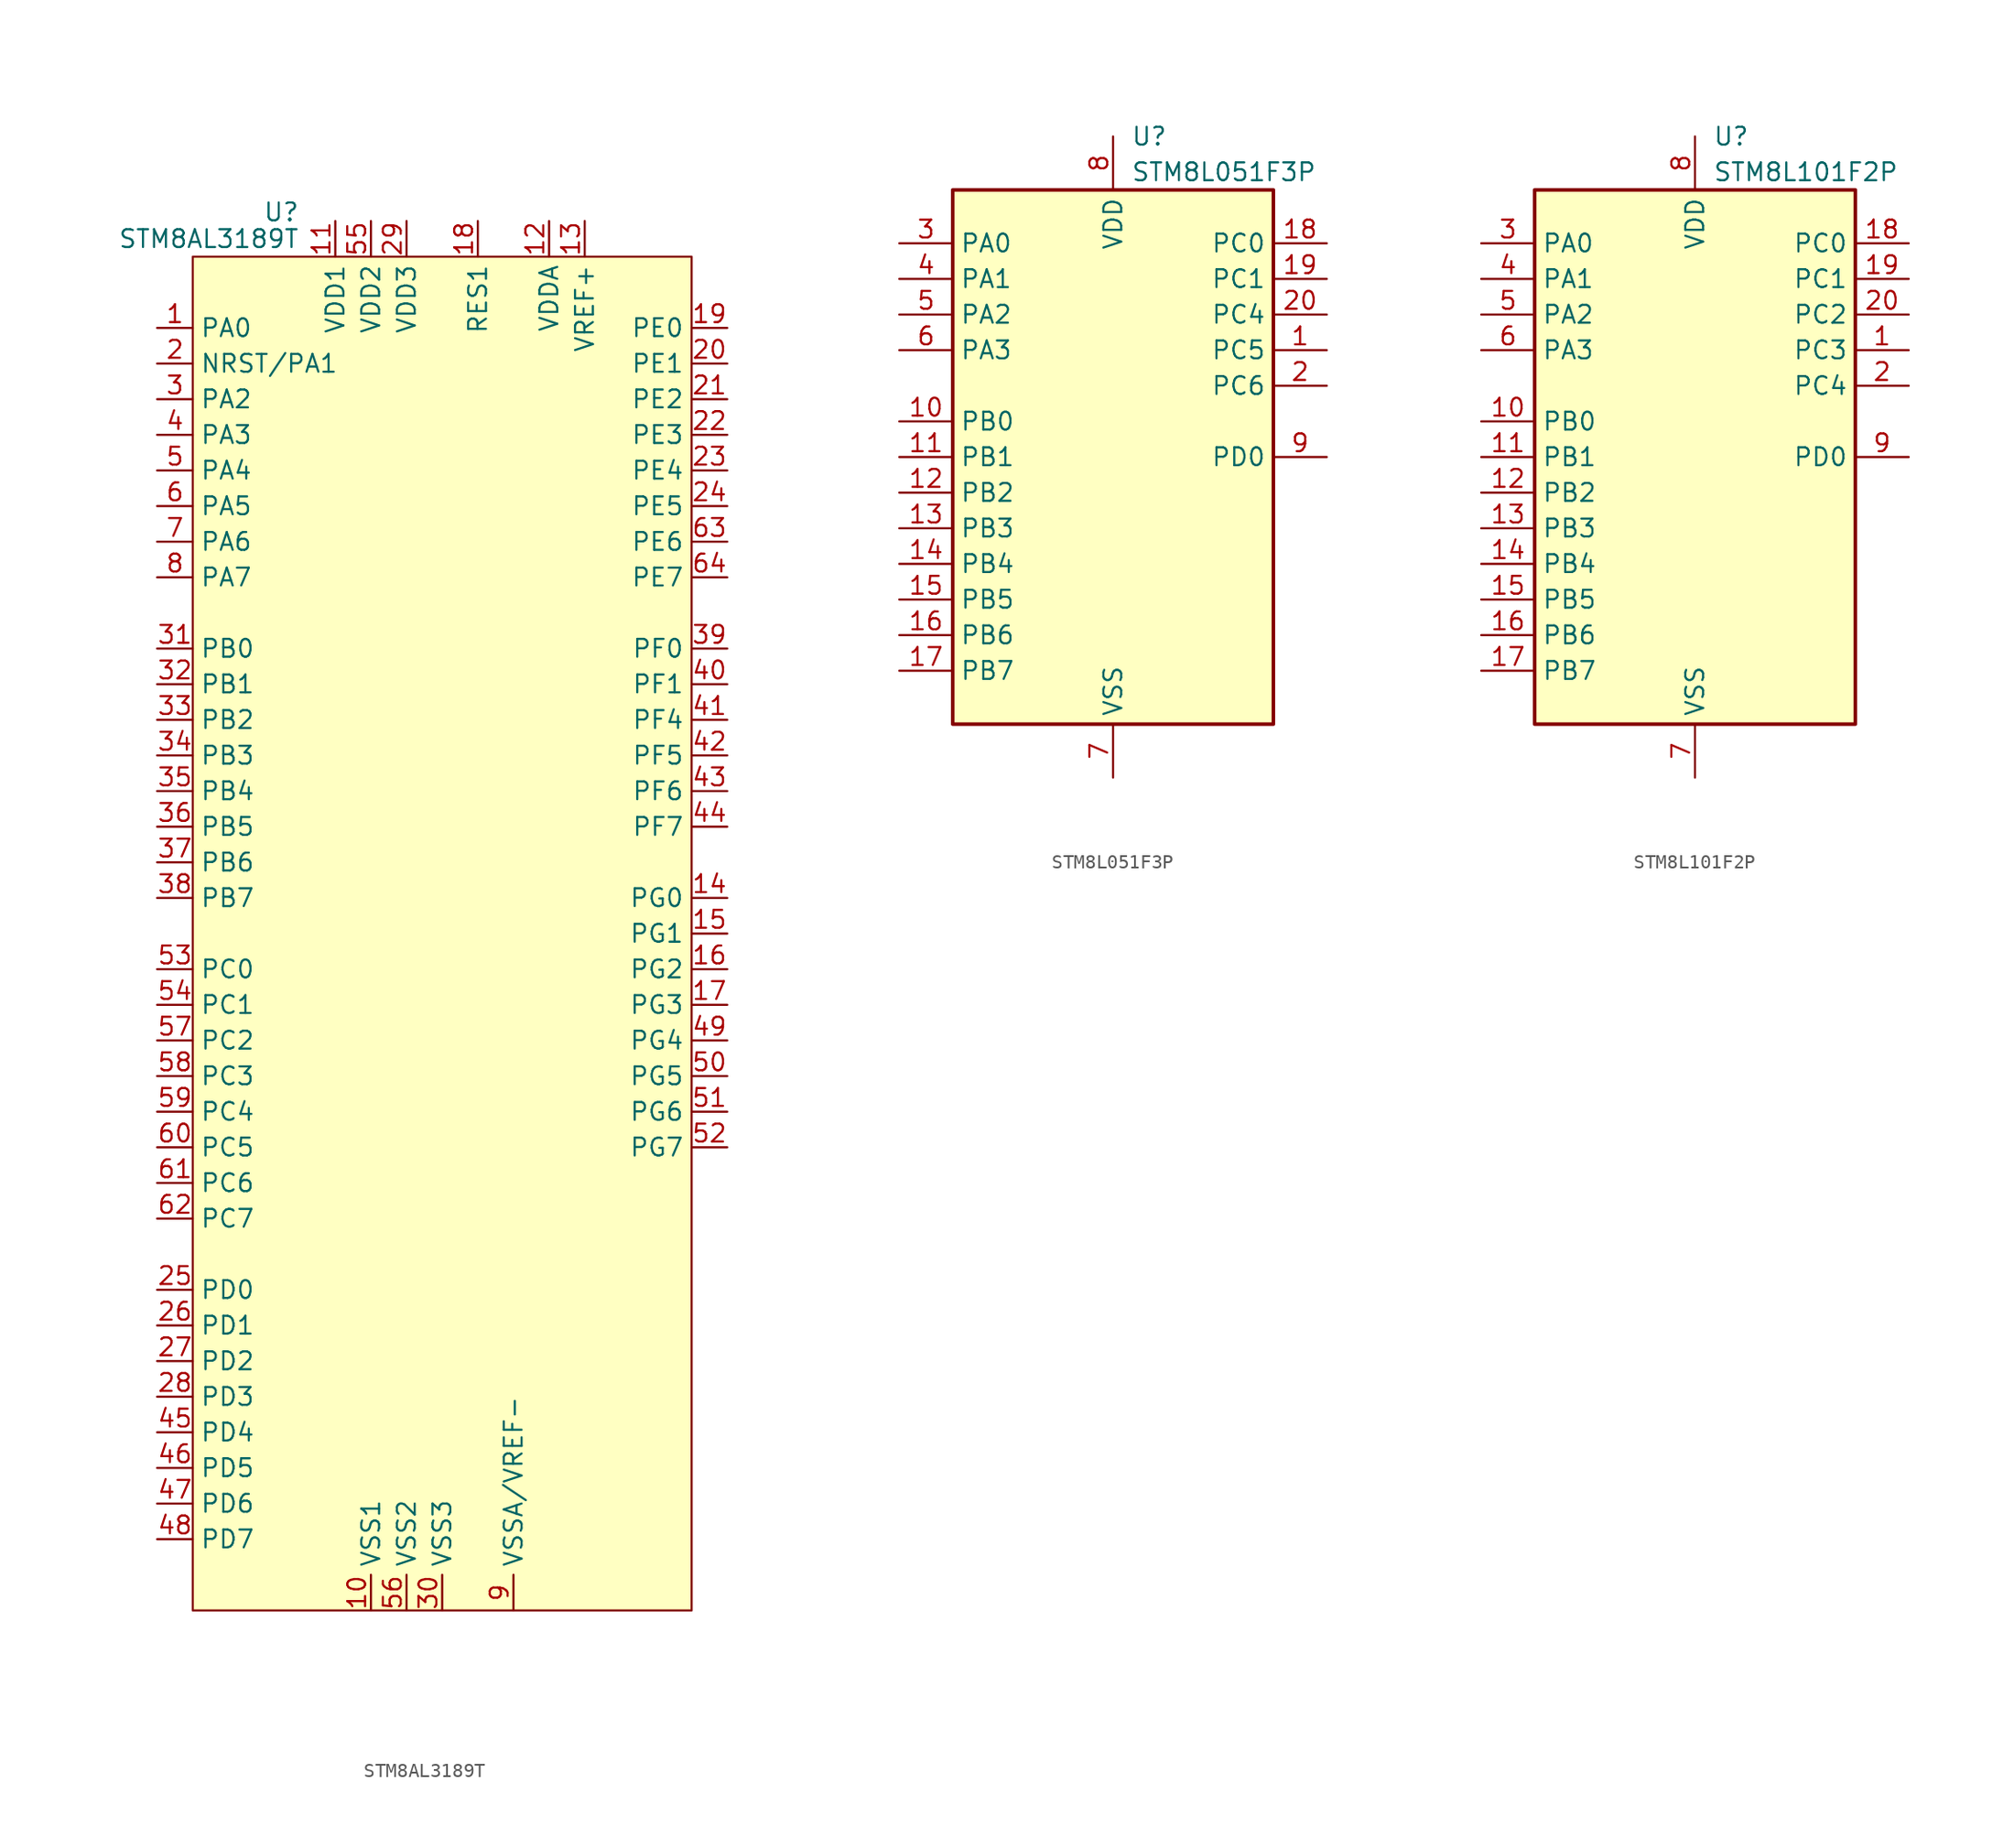
<source format=kicad_sym>
(kicad_symbol_lib
  (version 20211014)
  (generator kicad_symbol_editor)
  (symbol "STM8AL3189T"
    (property "Reference" "U"
      (at -10.16 51.435 0)
      (effects (font (size 1.27 1.27)) (justify right)))
    (property "Value" "STM8AL3189T"
      (at -10.16 49.53 0)
      (effects (font (size 1.27 1.27)) (justify right)))
    (symbol "STM8AL3189T_0_0"
      (pin bidirectional line (at -20.32 43.18 0) (length 2.54) (name "PA0" (effects (font (size 1.27 1.27)))) (number "1" (effects (font (size 1.27 1.27)))))
      (pin power_in line (at -5.08 -48.26 90) (length 2.54) (name "VSS1" (effects (font (size 1.27 1.27)))) (number "10" (effects (font (size 1.27 1.27)))))
      (pin power_in line (at -7.62 50.8 270) (length 2.54) (name "VDD1" (effects (font (size 1.27 1.27)))) (number "11" (effects (font (size 1.27 1.27)))))
      (pin power_in line (at 7.62 50.8 270) (length 2.54) (name "VDDA" (effects (font (size 1.27 1.27)))) (number "12" (effects (font (size 1.27 1.27)))))
      (pin power_in line (at 10.16 50.8 270) (length 2.54) (name "VREF+" (effects (font (size 1.27 1.27)))) (number "13" (effects (font (size 1.27 1.27)))))
      (pin bidirectional line (at 20.32 2.54 180) (length 2.54) (name "PG0" (effects (font (size 1.27 1.27)))) (number "14" (effects (font (size 1.27 1.27)))))
      (pin bidirectional line (at 20.32 0 180) (length 2.54) (name "PG1" (effects (font (size 1.27 1.27)))) (number "15" (effects (font (size 1.27 1.27)))))
      (pin bidirectional line (at 20.32 -2.54 180) (length 2.54) (name "PG2" (effects (font (size 1.27 1.27)))) (number "16" (effects (font (size 1.27 1.27)))))
      (pin bidirectional line (at 20.32 -5.08 180) (length 2.54) (name "PG3" (effects (font (size 1.27 1.27)))) (number "17" (effects (font (size 1.27 1.27)))))
      (pin power_in line (at 2.54 50.8 270) (length 2.54) (name "RES1" (effects (font (size 1.27 1.27)))) (number "18" (effects (font (size 1.27 1.27)))))
      (pin bidirectional line (at 20.32 43.18 180) (length 2.54) (name "PE0" (effects (font (size 1.27 1.27)))) (number "19" (effects (font (size 1.27 1.27)))))
      (pin bidirectional line (at -20.32 40.64 0) (length 2.54) (name "NRST/PA1" (effects (font (size 1.27 1.27)))) (number "2" (effects (font (size 1.27 1.27)))))
      (pin bidirectional line (at 20.32 40.64 180) (length 2.54) (name "PE1" (effects (font (size 1.27 1.27)))) (number "20" (effects (font (size 1.27 1.27)))))
      (pin bidirectional line (at 20.32 38.1 180) (length 2.54) (name "PE2" (effects (font (size 1.27 1.27)))) (number "21" (effects (font (size 1.27 1.27)))))
      (pin bidirectional line (at 20.32 35.56 180) (length 2.54) (name "PE3" (effects (font (size 1.27 1.27)))) (number "22" (effects (font (size 1.27 1.27)))))
      (pin bidirectional line (at 20.32 33.02 180) (length 2.54) (name "PE4" (effects (font (size 1.27 1.27)))) (number "23" (effects (font (size 1.27 1.27)))))
      (pin bidirectional line (at 20.32 30.48 180) (length 2.54) (name "PE5" (effects (font (size 1.27 1.27)))) (number "24" (effects (font (size 1.27 1.27)))))
      (pin bidirectional line (at -20.32 -25.4 0) (length 2.54) (name "PD0" (effects (font (size 1.27 1.27)))) (number "25" (effects (font (size 1.27 1.27)))))
      (pin bidirectional line (at -20.32 -27.94 0) (length 2.54) (name "PD1" (effects (font (size 1.27 1.27)))) (number "26" (effects (font (size 1.27 1.27)))))
      (pin bidirectional line (at -20.32 -30.48 0) (length 2.54) (name "PD2" (effects (font (size 1.27 1.27)))) (number "27" (effects (font (size 1.27 1.27)))))
      (pin bidirectional line (at -20.32 -33.02 0) (length 2.54) (name "PD3" (effects (font (size 1.27 1.27)))) (number "28" (effects (font (size 1.27 1.27)))))
      (pin power_in line (at -2.54 50.8 270) (length 2.54) (name "VDD3" (effects (font (size 1.27 1.27)))) (number "29" (effects (font (size 1.27 1.27)))))
      (pin bidirectional line (at -20.32 38.1 0) (length 2.54) (name "PA2" (effects (font (size 1.27 1.27)))) (number "3" (effects (font (size 1.27 1.27)))))
      (pin power_in line (at 0 -48.26 90) (length 2.54) (name "VSS3" (effects (font (size 1.27 1.27)))) (number "30" (effects (font (size 1.27 1.27)))))
      (pin bidirectional line (at -20.32 20.32 0) (length 2.54) (name "PB0" (effects (font (size 1.27 1.27)))) (number "31" (effects (font (size 1.27 1.27)))))
      (pin bidirectional line (at -20.32 17.78 0) (length 2.54) (name "PB1" (effects (font (size 1.27 1.27)))) (number "32" (effects (font (size 1.27 1.27)))))
      (pin bidirectional line (at -20.32 15.24 0) (length 2.54) (name "PB2" (effects (font (size 1.27 1.27)))) (number "33" (effects (font (size 1.27 1.27)))))
      (pin bidirectional line (at -20.32 12.7 0) (length 2.54) (name "PB3" (effects (font (size 1.27 1.27)))) (number "34" (effects (font (size 1.27 1.27)))))
      (pin bidirectional line (at -20.32 10.16 0) (length 2.54) (name "PB4" (effects (font (size 1.27 1.27)))) (number "35" (effects (font (size 1.27 1.27)))))
      (pin bidirectional line (at -20.32 7.62 0) (length 2.54) (name "PB5" (effects (font (size 1.27 1.27)))) (number "36" (effects (font (size 1.27 1.27)))))
      (pin bidirectional line (at -20.32 5.08 0) (length 2.54) (name "PB6" (effects (font (size 1.27 1.27)))) (number "37" (effects (font (size 1.27 1.27)))))
      (pin bidirectional line (at -20.32 2.54 0) (length 2.54) (name "PB7" (effects (font (size 1.27 1.27)))) (number "38" (effects (font (size 1.27 1.27)))))
      (pin bidirectional line (at 20.32 20.32 180) (length 2.54) (name "PF0" (effects (font (size 1.27 1.27)))) (number "39" (effects (font (size 1.27 1.27)))))
      (pin bidirectional line (at -20.32 35.56 0) (length 2.54) (name "PA3" (effects (font (size 1.27 1.27)))) (number "4" (effects (font (size 1.27 1.27)))))
      (pin bidirectional line (at 20.32 17.78 180) (length 2.54) (name "PF1" (effects (font (size 1.27 1.27)))) (number "40" (effects (font (size 1.27 1.27)))))
      (pin bidirectional line (at 20.32 15.24 180) (length 2.54) (name "PF4" (effects (font (size 1.27 1.27)))) (number "41" (effects (font (size 1.27 1.27)))))
      (pin bidirectional line (at 20.32 12.7 180) (length 2.54) (name "PF5" (effects (font (size 1.27 1.27)))) (number "42" (effects (font (size 1.27 1.27)))))
      (pin bidirectional line (at 20.32 10.16 180) (length 2.54) (name "PF6" (effects (font (size 1.27 1.27)))) (number "43" (effects (font (size 1.27 1.27)))))
      (pin bidirectional line (at 20.32 7.62 180) (length 2.54) (name "PF7" (effects (font (size 1.27 1.27)))) (number "44" (effects (font (size 1.27 1.27)))))
      (pin bidirectional line (at -20.32 -35.56 0) (length 2.54) (name "PD4" (effects (font (size 1.27 1.27)))) (number "45" (effects (font (size 1.27 1.27)))))
      (pin bidirectional line (at -20.32 -38.1 0) (length 2.54) (name "PD5" (effects (font (size 1.27 1.27)))) (number "46" (effects (font (size 1.27 1.27)))))
      (pin bidirectional line (at -20.32 -40.64 0) (length 2.54) (name "PD6" (effects (font (size 1.27 1.27)))) (number "47" (effects (font (size 1.27 1.27)))))
      (pin bidirectional line (at -20.32 -43.18 0) (length 2.54) (name "PD7" (effects (font (size 1.27 1.27)))) (number "48" (effects (font (size 1.27 1.27)))))
      (pin bidirectional line (at 20.32 -7.62 180) (length 2.54) (name "PG4" (effects (font (size 1.27 1.27)))) (number "49" (effects (font (size 1.27 1.27)))))
      (pin bidirectional line (at -20.32 33.02 0) (length 2.54) (name "PA4" (effects (font (size 1.27 1.27)))) (number "5" (effects (font (size 1.27 1.27)))))
      (pin bidirectional line (at 20.32 -10.16 180) (length 2.54) (name "PG5" (effects (font (size 1.27 1.27)))) (number "50" (effects (font (size 1.27 1.27)))))
      (pin bidirectional line (at 20.32 -12.7 180) (length 2.54) (name "PG6" (effects (font (size 1.27 1.27)))) (number "51" (effects (font (size 1.27 1.27)))))
      (pin bidirectional line (at 20.32 -15.24 180) (length 2.54) (name "PG7" (effects (font (size 1.27 1.27)))) (number "52" (effects (font (size 1.27 1.27)))))
      (pin bidirectional line (at -20.32 -2.54 0) (length 2.54) (name "PC0" (effects (font (size 1.27 1.27)))) (number "53" (effects (font (size 1.27 1.27)))))
      (pin bidirectional line (at -20.32 -5.08 0) (length 2.54) (name "PC1" (effects (font (size 1.27 1.27)))) (number "54" (effects (font (size 1.27 1.27)))))
      (pin power_in line (at -5.08 50.8 270) (length 2.54) (name "VDD2" (effects (font (size 1.27 1.27)))) (number "55" (effects (font (size 1.27 1.27)))))
      (pin power_in line (at -2.54 -48.26 90) (length 2.54) (name "VSS2" (effects (font (size 1.27 1.27)))) (number "56" (effects (font (size 1.27 1.27)))))
      (pin bidirectional line (at -20.32 -7.62 0) (length 2.54) (name "PC2" (effects (font (size 1.27 1.27)))) (number "57" (effects (font (size 1.27 1.27)))))
      (pin bidirectional line (at -20.32 -10.16 0) (length 2.54) (name "PC3" (effects (font (size 1.27 1.27)))) (number "58" (effects (font (size 1.27 1.27)))))
      (pin bidirectional line (at -20.32 -12.7 0) (length 2.54) (name "PC4" (effects (font (size 1.27 1.27)))) (number "59" (effects (font (size 1.27 1.27)))))
      (pin bidirectional line (at -20.32 30.48 0) (length 2.54) (name "PA5" (effects (font (size 1.27 1.27)))) (number "6" (effects (font (size 1.27 1.27)))))
      (pin bidirectional line (at -20.32 -15.24 0) (length 2.54) (name "PC5" (effects (font (size 1.27 1.27)))) (number "60" (effects (font (size 1.27 1.27)))))
      (pin bidirectional line (at -20.32 -17.78 0) (length 2.54) (name "PC6" (effects (font (size 1.27 1.27)))) (number "61" (effects (font (size 1.27 1.27)))))
      (pin bidirectional line (at -20.32 -20.32 0) (length 2.54) (name "PC7" (effects (font (size 1.27 1.27)))) (number "62" (effects (font (size 1.27 1.27)))))
      (pin bidirectional line (at 20.32 27.94 180) (length 2.54) (name "PE6" (effects (font (size 1.27 1.27)))) (number "63" (effects (font (size 1.27 1.27)))))
      (pin bidirectional line (at 20.32 25.4 180) (length 2.54) (name "PE7" (effects (font (size 1.27 1.27)))) (number "64" (effects (font (size 1.27 1.27)))))
      (pin bidirectional line (at -20.32 27.94 0) (length 2.54) (name "PA6" (effects (font (size 1.27 1.27)))) (number "7" (effects (font (size 1.27 1.27)))))
      (pin bidirectional line (at -20.32 25.4 0) (length 2.54) (name "PA7" (effects (font (size 1.27 1.27)))) (number "8" (effects (font (size 1.27 1.27)))))
      (pin power_in line (at 5.08 -48.26 90) (length 2.54) (name "VSSA/VREF-" (effects (font (size 1.27 1.27)))) (number "9" (effects (font (size 1.27 1.27))))))
    (symbol "STM8AL3189T_0_1"
      (rectangle (start -17.78 48.26) (end 17.78 -48.26) (stroke (width 0) (type default) (color 0 0 0 0)) (fill (type background)))))
  (symbol "STM8L051F3P"
    (property "Reference" "U"
      (at 1.27 22.86 0)
      (effects (font (size 1.27 1.27)) (justify left)))
    (property "Value" "STM8L051F3P"
      (at 1.27 20.32 0)
      (effects (font (size 1.27 1.27)) (justify left)))
    (symbol "STM8L051F3P_0_1"
      (rectangle (start -11.43 19.05) (end 11.43 -19.05) (stroke (width 0.254) (type default) (color 0 0 0 0)) (fill (type background))))
    (symbol "STM8L051F3P_1_1"
      (pin bidirectional line (at 15.24 7.62 180) (length 3.81) (name "PC5" (effects (font (size 1.27 1.27)))) (number "1" (effects (font (size 1.27 1.27)))))
      (pin bidirectional line (at -15.24 2.54 0) (length 3.81) (name "PB0" (effects (font (size 1.27 1.27)))) (number "10" (effects (font (size 1.27 1.27)))))
      (pin bidirectional line (at -15.24 0 0) (length 3.81) (name "PB1" (effects (font (size 1.27 1.27)))) (number "11" (effects (font (size 1.27 1.27)))))
      (pin bidirectional line (at -15.24 -2.54 0) (length 3.81) (name "PB2" (effects (font (size 1.27 1.27)))) (number "12" (effects (font (size 1.27 1.27)))))
      (pin bidirectional line (at -15.24 -5.08 0) (length 3.81) (name "PB3" (effects (font (size 1.27 1.27)))) (number "13" (effects (font (size 1.27 1.27)))))
      (pin bidirectional line (at -15.24 -7.62 0) (length 3.81) (name "PB4" (effects (font (size 1.27 1.27)))) (number "14" (effects (font (size 1.27 1.27)))))
      (pin bidirectional line (at -15.24 -10.16 0) (length 3.81) (name "PB5" (effects (font (size 1.27 1.27)))) (number "15" (effects (font (size 1.27 1.27)))))
      (pin bidirectional line (at -15.24 -12.7 0) (length 3.81) (name "PB6" (effects (font (size 1.27 1.27)))) (number "16" (effects (font (size 1.27 1.27)))))
      (pin bidirectional line (at -15.24 -15.24 0) (length 3.81) (name "PB7" (effects (font (size 1.27 1.27)))) (number "17" (effects (font (size 1.27 1.27)))))
      (pin bidirectional line (at 15.24 15.24 180) (length 3.81) (name "PC0" (effects (font (size 1.27 1.27)))) (number "18" (effects (font (size 1.27 1.27)))))
      (pin bidirectional line (at 15.24 12.7 180) (length 3.81) (name "PC1" (effects (font (size 1.27 1.27)))) (number "19" (effects (font (size 1.27 1.27)))))
      (pin bidirectional line (at 15.24 5.08 180) (length 3.81) (name "PC6" (effects (font (size 1.27 1.27)))) (number "2" (effects (font (size 1.27 1.27)))))
      (pin bidirectional line (at 15.24 10.16 180) (length 3.81) (name "PC4" (effects (font (size 1.27 1.27)))) (number "20" (effects (font (size 1.27 1.27)))))
      (pin power_in line (at -15.24 15.24 0) (length 3.81) (name "PA0" (effects (font (size 1.27 1.27)))) (number "3" (effects (font (size 1.27 1.27)))))
      (pin bidirectional line (at -15.24 12.7 0) (length 3.81) (name "PA1" (effects (font (size 1.27 1.27)))) (number "4" (effects (font (size 1.27 1.27)))))
      (pin bidirectional line (at -15.24 10.16 0) (length 3.81) (name "PA2" (effects (font (size 1.27 1.27)))) (number "5" (effects (font (size 1.27 1.27)))))
      (pin bidirectional line (at -15.24 7.62 0) (length 3.81) (name "PA3" (effects (font (size 1.27 1.27)))) (number "6" (effects (font (size 1.27 1.27)))))
      (pin power_in line (at 0 -22.86 90) (length 3.81) (name "VSS" (effects (font (size 1.27 1.27)))) (number "7" (effects (font (size 1.27 1.27)))))
      (pin power_in line (at 0 22.86 270) (length 3.81) (name "VDD" (effects (font (size 1.27 1.27)))) (number "8" (effects (font (size 1.27 1.27)))))
      (pin bidirectional line (at 15.24 0 180) (length 3.81) (name "PD0" (effects (font (size 1.27 1.27)))) (number "9" (effects (font (size 1.27 1.27)))))))
  (symbol "STM8L101F2P"
    (property "Reference" "U"
      (at 1.27 22.86 0)
      (effects (font (size 1.27 1.27)) (justify left)))
    (property "Value" "STM8L101F2P"
      (at 1.27 20.32 0)
      (effects (font (size 1.27 1.27)) (justify left)))
    (symbol "STM8L101F2P_0_1"
      (rectangle (start -11.43 19.05) (end 11.43 -19.05) (stroke (width 0.254) (type default) (color 0 0 0 0)) (fill (type background))))
    (symbol "STM8L101F2P_1_1"
      (pin bidirectional line (at 15.24 7.62 180) (length 3.81) (name "PC3" (effects (font (size 1.27 1.27)))) (number "1" (effects (font (size 1.27 1.27)))))
      (pin bidirectional line (at -15.24 2.54 0) (length 3.81) (name "PB0" (effects (font (size 1.27 1.27)))) (number "10" (effects (font (size 1.27 1.27)))))
      (pin bidirectional line (at -15.24 0 0) (length 3.81) (name "PB1" (effects (font (size 1.27 1.27)))) (number "11" (effects (font (size 1.27 1.27)))))
      (pin bidirectional line (at -15.24 -2.54 0) (length 3.81) (name "PB2" (effects (font (size 1.27 1.27)))) (number "12" (effects (font (size 1.27 1.27)))))
      (pin bidirectional line (at -15.24 -5.08 0) (length 3.81) (name "PB3" (effects (font (size 1.27 1.27)))) (number "13" (effects (font (size 1.27 1.27)))))
      (pin bidirectional line (at -15.24 -7.62 0) (length 3.81) (name "PB4" (effects (font (size 1.27 1.27)))) (number "14" (effects (font (size 1.27 1.27)))))
      (pin bidirectional line (at -15.24 -10.16 0) (length 3.81) (name "PB5" (effects (font (size 1.27 1.27)))) (number "15" (effects (font (size 1.27 1.27)))))
      (pin bidirectional line (at -15.24 -12.7 0) (length 3.81) (name "PB6" (effects (font (size 1.27 1.27)))) (number "16" (effects (font (size 1.27 1.27)))))
      (pin bidirectional line (at -15.24 -15.24 0) (length 3.81) (name "PB7" (effects (font (size 1.27 1.27)))) (number "17" (effects (font (size 1.27 1.27)))))
      (pin bidirectional line (at 15.24 15.24 180) (length 3.81) (name "PC0" (effects (font (size 1.27 1.27)))) (number "18" (effects (font (size 1.27 1.27)))))
      (pin bidirectional line (at 15.24 12.7 180) (length 3.81) (name "PC1" (effects (font (size 1.27 1.27)))) (number "19" (effects (font (size 1.27 1.27)))))
      (pin bidirectional line (at 15.24 5.08 180) (length 3.81) (name "PC4" (effects (font (size 1.27 1.27)))) (number "2" (effects (font (size 1.27 1.27)))))
      (pin bidirectional line (at 15.24 10.16 180) (length 3.81) (name "PC2" (effects (font (size 1.27 1.27)))) (number "20" (effects (font (size 1.27 1.27)))))
      (pin power_in line (at -15.24 15.24 0) (length 3.81) (name "PA0" (effects (font (size 1.27 1.27)))) (number "3" (effects (font (size 1.27 1.27)))))
      (pin bidirectional line (at -15.24 12.7 0) (length 3.81) (name "PA1" (effects (font (size 1.27 1.27)))) (number "4" (effects (font (size 1.27 1.27)))))
      (pin bidirectional line (at -15.24 10.16 0) (length 3.81) (name "PA2" (effects (font (size 1.27 1.27)))) (number "5" (effects (font (size 1.27 1.27)))))
      (pin bidirectional line (at -15.24 7.62 0) (length 3.81) (name "PA3" (effects (font (size 1.27 1.27)))) (number "6" (effects (font (size 1.27 1.27)))))
      (pin power_in line (at 0 -22.86 90) (length 3.81) (name "VSS" (effects (font (size 1.27 1.27)))) (number "7" (effects (font (size 1.27 1.27)))))
      (pin power_in line (at 0 22.86 270) (length 3.81) (name "VDD" (effects (font (size 1.27 1.27)))) (number "8" (effects (font (size 1.27 1.27)))))
      (pin bidirectional line (at 15.24 0 180) (length 3.81) (name "PD0" (effects (font (size 1.27 1.27)))) (number "9" (effects (font (size 1.27 1.27))))))))
</source>
